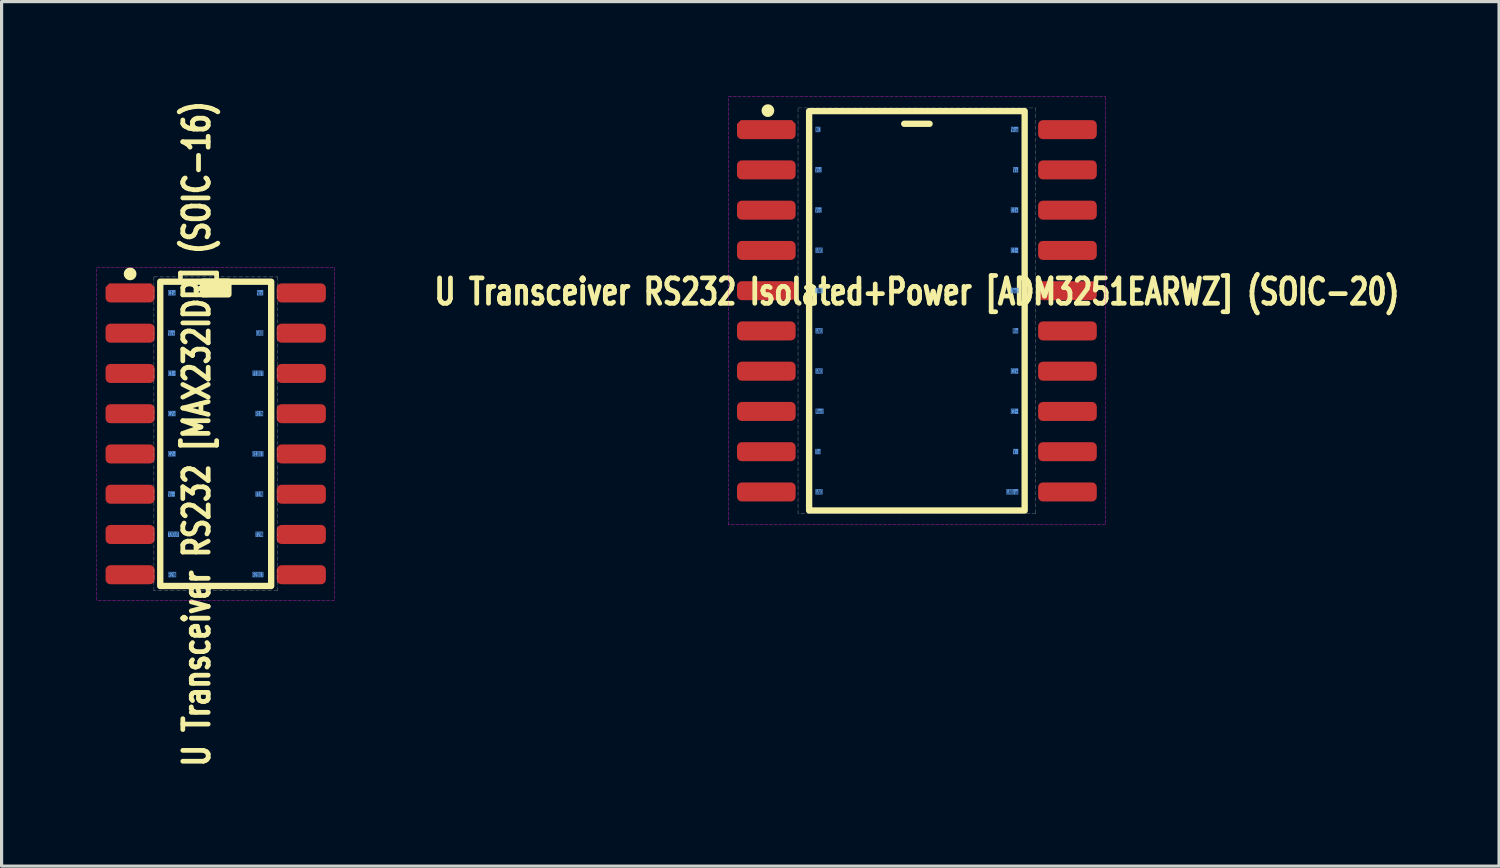
<source format=kicad_pcb>
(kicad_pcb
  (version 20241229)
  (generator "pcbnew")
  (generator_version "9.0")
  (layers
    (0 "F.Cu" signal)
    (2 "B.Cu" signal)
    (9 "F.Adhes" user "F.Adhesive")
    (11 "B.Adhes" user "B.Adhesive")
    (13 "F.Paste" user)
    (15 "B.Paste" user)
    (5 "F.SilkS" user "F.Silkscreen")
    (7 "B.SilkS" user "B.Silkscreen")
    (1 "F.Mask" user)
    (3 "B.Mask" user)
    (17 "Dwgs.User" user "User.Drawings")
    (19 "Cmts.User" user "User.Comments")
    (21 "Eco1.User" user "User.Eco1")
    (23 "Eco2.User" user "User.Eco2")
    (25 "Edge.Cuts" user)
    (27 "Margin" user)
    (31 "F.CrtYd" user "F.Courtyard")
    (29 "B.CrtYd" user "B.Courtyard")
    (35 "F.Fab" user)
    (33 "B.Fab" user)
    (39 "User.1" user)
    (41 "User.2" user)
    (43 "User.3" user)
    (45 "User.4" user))
  (footprint "U Transceiver RS232 Isolated+Power [ADM3251EARWZ] (SOIC-20)"
    (layer "F.Cu")
    (at 25.875 6.755)
    (property "Reference" "U Transceiver RS232 Isolated+Power [ADM3251EARWZ] (SOIC-20)" (at 0 -0.6 0) (layer "F.SilkS") (effects (font (size 0.8 0.6) (thickness 0.15))))
    (attr smd)
    (fp_line (start -0.4 -5.9) (end 0.4 -5.9) (stroke (width 0.2) (type default)) (layer "F.SilkS"))
    (fp_rect (start -3.4 -6.3) (end 3.4 6.3) (stroke (width 0.2) (type default)) (fill no) (layer "F.SilkS"))
    (fp_circle (center -4.7 -6.315) (end -4.55 -6.315) (stroke (width 0.1) (type solid)) (fill yes) (layer "F.SilkS"))
    (fp_rect (start -5.95 -6.75) (end 5.95 6.75) (stroke (width 0.01) (type dash)) (fill no) (layer "F.CrtYd"))
    (fp_rect (start -3.75 -6.4) (end 3.75 6.4) (stroke (width 0.01) (type dash_dot)) (fill no) (layer "F.Fab"))
    (fp_text user "Tout" (at 3.2 -0.635 0) (layer "Cmts.User" knockout) (effects (font (size 0.13 0.07) (thickness 0.01) (bold yes)) (justify right)))
    (fp_text user "NC" (at -3.2 -5.715 0) (layer "Cmts.User" knockout) (effects (font (size 0.13 0.07) (thickness 0.01) (bold yes)) (justify left)))
    (fp_text user "Vcc" (at -3.2 -3.175 0) (layer "Cmts.User" knockout) (effects (font (size 0.13 0.07) (thickness 0.01)) (justify left)))
    (fp_text user "GND" (at -3.2 5.715 0) (layer "Cmts.User" knockout) (effects (font (size 0.13 0.07) (thickness 0.01)) (justify left)))
    (fp_text user "GND" (at -3.2 -1.905 0) (layer "Cmts.User" knockout) (effects (font (size 0.13 0.07) (thickness 0.01) (bold yes)) (justify left)))
    (fp_text user "Viso" (at 3.2 -5.715 0) (layer "Cmts.User" knockout) (effects (font (size 0.13 0.07) (thickness 0.01) (bold yes)) (justify right)))
    (fp_text user "GNDiso" (at 3.2 5.715 0) (layer "Cmts.User" knockout) (effects (font (size 0.13 0.07) (thickness 0.01)) (justify right)))
    (fp_text user "C2+" (at 3.2 1.905 0) (layer "Cmts.User" knockout) (effects (font (size 0.13 0.07) (thickness 0.01)) (justify right)))
    (fp_text user "V+" (at 3.2 -4.445 0) (layer "Cmts.User" knockout) (effects (font (size 0.13 0.07) (thickness 0.01)) (justify right)))
    (fp_text user "Rin" (at 3.2 0.635 0) (layer "Cmts.User" knockout) (effects (font (size 0.13 0.07) (thickness 0.01) (bold yes)) (justify right)))
    (fp_text user "Tin" (at -3.2 4.445 0) (layer "Cmts.User" knockout) (effects (font (size 0.13 0.07) (thickness 0.01)) (justify left)))
    (fp_text user "V-" (at 3.2 4.445 0) (layer "Cmts.User" knockout) (effects (font (size 0.13 0.07) (thickness 0.01)) (justify right)))
    (fp_text user "GND" (at -3.2 -0.635 0) (layer "Cmts.User" knockout) (effects (font (size 0.13 0.07) (thickness 0.01)) (justify left)))
    (fp_text user "Vcc" (at -3.2 -4.445 0) (layer "Cmts.User" knockout) (effects (font (size 0.13 0.07) (thickness 0.01)) (justify left)))
    (fp_text user "C1-" (at 3.2 -1.905 0) (layer "Cmts.User" knockout) (effects (font (size 0.13 0.07) (thickness 0.01) (bold yes)) (justify right)))
    (fp_text user "GND" (at -3.2 1.905 0) (layer "Cmts.User" knockout) (effects (font (size 0.13 0.07) (thickness 0.01)) (justify left)))
    (fp_text user "C1+" (at 3.2 -3.175 0) (layer "Cmts.User" knockout) (effects (font (size 0.13 0.07) (thickness 0.01)) (justify right)))
    (fp_text user "C2-" (at 3.2 3.175 0) (layer "Cmts.User" knockout) (effects (font (size 0.13 0.07) (thickness 0.01)) (justify right)))
    (fp_text user "GND" (at -3.2 0.635 0) (layer "Cmts.User" knockout) (effects (font (size 0.13 0.07) (thickness 0.01)) (justify left)))
    (fp_text user "Rout" (at -3.2 3.175 0) (layer "Cmts.User" knockout) (effects (font (size 0.13 0.07) (thickness 0.01)) (justify left)))
    (pad "1" smd roundrect (at -4.75 -5.715) (size 1.85 0.6) (layers "F.Cu" "F.Mask" "F.Paste") (roundrect_rratio 0.25) (chamfer_ratio 0.2) (chamfer top_left top_right))
    (pad "2" smd roundrect (at -4.75 -4.445) (size 1.85 0.6) (layers "F.Cu" "F.Mask" "F.Paste") (roundrect_rratio 0.25))
    (pad "3" smd roundrect (at -4.75 -3.175) (size 1.85 0.6) (layers "F.Cu" "F.Mask" "F.Paste") (roundrect_rratio 0.25))
    (pad "4" smd roundrect (at -4.75 -1.905) (size 1.85 0.6) (layers "F.Cu" "F.Mask" "F.Paste") (roundrect_rratio 0.25))
    (pad "5" smd roundrect (at -4.75 -0.635) (size 1.85 0.6) (layers "F.Cu" "F.Mask" "F.Paste") (roundrect_rratio 0.25))
    (pad "6" smd roundrect (at -4.75 0.635) (size 1.85 0.6) (layers "F.Cu" "F.Mask" "F.Paste") (roundrect_rratio 0.25))
    (pad "7" smd roundrect (at -4.75 1.905) (size 1.85 0.6) (layers "F.Cu" "F.Mask" "F.Paste") (roundrect_rratio 0.25))
    (pad "8" smd roundrect (at -4.75 3.175) (size 1.85 0.6) (layers "F.Cu" "F.Mask" "F.Paste") (roundrect_rratio 0.25))
    (pad "9" smd roundrect (at -4.75 4.445) (size 1.85 0.6) (layers "F.Cu" "F.Mask" "F.Paste") (roundrect_rratio 0.25))
    (pad "10" smd roundrect (at -4.75 5.715) (size 1.85 0.6) (layers "F.Cu" "F.Mask" "F.Paste") (roundrect_rratio 0.25))
    (pad "11" smd roundrect (at 4.75 5.715) (size 1.85 0.6) (layers "F.Cu" "F.Mask" "F.Paste") (roundrect_rratio 0.25))
    (pad "12" smd roundrect (at 4.75 4.445) (size 1.85 0.6) (layers "F.Cu" "F.Mask" "F.Paste") (roundrect_rratio 0.25))
    (pad "13" smd roundrect (at 4.75 3.175) (size 1.85 0.6) (layers "F.Cu" "F.Mask" "F.Paste") (roundrect_rratio 0.25))
    (pad "14" smd roundrect (at 4.75 1.905) (size 1.85 0.6) (layers "F.Cu" "F.Mask" "F.Paste") (roundrect_rratio 0.25))
    (pad "15" smd roundrect (at 4.75 0.635) (size 1.85 0.6) (layers "F.Cu" "F.Mask" "F.Paste") (roundrect_rratio 0.25))
    (pad "16" smd roundrect (at 4.75 -0.635) (size 1.85 0.6) (layers "F.Cu" "F.Mask" "F.Paste") (roundrect_rratio 0.25))
    (pad "17" smd roundrect (at 4.75 -1.905) (size 1.85 0.6) (layers "F.Cu" "F.Mask" "F.Paste") (roundrect_rratio 0.25))
    (pad "18" smd roundrect (at 4.75 -3.175) (size 1.85 0.6) (layers "F.Cu" "F.Mask" "F.Paste") (roundrect_rratio 0.25))
    (pad "19" smd roundrect (at 4.75 -4.445) (size 1.85 0.6) (layers "F.Cu" "F.Mask" "F.Paste") (roundrect_rratio 0.25))
    (pad "20" smd roundrect (at 4.75 -5.715) (size 1.85 0.6) (layers "F.Cu" "F.Mask" "F.Paste") (roundrect_rratio 0.25)))
  (footprint "U Transceiver RS232 [MAX232IDR] (SOIC-16)"
    (layer "F.Cu")
    (at 3.755 10.636)
    (property "Reference" "U Transceiver RS232 [MAX232IDR] (SOIC-16)" (at -0.6 0 90) (layer "F.SilkS") (effects (font (size 0.8 0.6) (thickness 0.15))))
    (attr smd)
    (fp_rect (start -1.75 -4.8) (end 1.75 4.8) (stroke (width 0.2) (type default)) (fill no) (layer "F.SilkS"))
    (fp_rect (start -0.4 -4.8) (end 0.4 -4.4) (stroke (width 0.2) (type solid)) (fill yes) (layer "F.SilkS"))
    (fp_circle (center -2.7 -5.045) (end -2.55 -5.045) (stroke (width 0.1) (type solid)) (fill yes) (layer "F.SilkS"))
    (fp_rect (start -3.75 -5.25) (end 3.75 5.25) (stroke (width 0.01) (type dash)) (fill no) (layer "F.CrtYd"))
    (fp_rect (start -1.95 -4.95) (end 1.95 4.95) (stroke (width 0.01) (type dash_dot)) (fill no) (layer "F.Fab"))
    (fp_text user "R2IN" (at -1.5 4.445 0) (layer "Cmts.User" knockout) (effects (font (size 0.13 0.07) (thickness 0.01)) (justify left)))
    (fp_text user "R1OUT" (at 1.5 0.635 0) (layer "Cmts.User" knockout) (effects (font (size 0.13 0.07) (thickness 0.01)) (justify right)))
    (fp_text user "T2OUT" (at -1.5 3.175 0) (layer "Cmts.User" knockout) (effects (font (size 0.13 0.07) (thickness 0.01)) (justify left)))
    (fp_text user "Vs-" (at -1.5 1.905 0) (layer "Cmts.User" knockout) (effects (font (size 0.13 0.07) (thickness 0.01)) (justify left)))
    (fp_text user "GND" (at 1.5 -3.175 0) (layer "Cmts.User" knockout) (effects (font (size 0.13 0.07) (thickness 0.01) (bold yes)) (justify right)))
    (fp_text user "C1+" (at -1.5 -4.445 0) (layer "Cmts.User" knockout) (effects (font (size 0.13 0.07) (thickness 0.01)) (justify left)))
    (fp_text user "C1-" (at -1.5 -1.905 0) (layer "Cmts.User" knockout) (effects (font (size 0.13 0.07) (thickness 0.01)) (justify left)))
    (fp_text user "C2-" (at -1.5 0.635 0) (layer "Cmts.User" knockout) (effects (font (size 0.13 0.07) (thickness 0.01)) (justify left)))
    (fp_text user "T1OUT" (at 1.5 -1.905 0) (layer "Cmts.User" knockout) (effects (font (size 0.13 0.07) (thickness 0.01)) (justify right)))
    (fp_text user "T2IN" (at 1.5 3.175 0) (layer "Cmts.User" knockout) (effects (font (size 0.13 0.07) (thickness 0.01)) (justify right)))
    (fp_text user "Vcc" (at 1.5 -4.445 0) (layer "Cmts.User" knockout) (effects (font (size 0.13 0.07) (thickness 0.01) (bold yes)) (justify right)))
    (fp_text user "R2OUT" (at 1.5 4.445 0) (layer "Cmts.User" knockout) (effects (font (size 0.13 0.07) (thickness 0.01)) (justify right)))
    (fp_text user "Vs+" (at -1.5 -3.175 0) (layer "Cmts.User" knockout) (effects (font (size 0.13 0.07) (thickness 0.01)) (justify left)))
    (fp_text user "R1IN" (at 1.5 -0.635 0) (layer "Cmts.User" knockout) (effects (font (size 0.13 0.07) (thickness 0.01) (bold yes)) (justify right)))
    (fp_text user "T1IN" (at 1.5 1.905 0) (layer "Cmts.User" knockout) (effects (font (size 0.13 0.07) (thickness 0.01)) (justify right)))
    (fp_text user "C2+" (at -1.5 -0.635 0) (layer "Cmts.User" knockout) (effects (font (size 0.13 0.07) (thickness 0.01)) (justify left)))
    (pad "1" smd roundrect (at -2.7 -4.445) (size 1.55 0.6) (layers "F.Cu" "F.Mask" "F.Paste") (roundrect_rratio 0.25) (chamfer_ratio 0.2) (chamfer top_left top_right))
    (pad "2" smd roundrect (at -2.7 -3.175) (size 1.55 0.6) (layers "F.Cu" "F.Mask" "F.Paste") (roundrect_rratio 0.25))
    (pad "3" smd roundrect (at -2.7 -1.905) (size 1.55 0.6) (layers "F.Cu" "F.Mask" "F.Paste") (roundrect_rratio 0.25))
    (pad "4" smd roundrect (at -2.7 -0.635) (size 1.55 0.6) (layers "F.Cu" "F.Mask" "F.Paste") (roundrect_rratio 0.25))
    (pad "5" smd roundrect (at -2.7 0.635) (size 1.55 0.6) (layers "F.Cu" "F.Mask" "F.Paste") (roundrect_rratio 0.25))
    (pad "6" smd roundrect (at -2.7 1.905) (size 1.55 0.6) (layers "F.Cu" "F.Mask" "F.Paste") (roundrect_rratio 0.25))
    (pad "7" smd roundrect (at -2.7 3.175) (size 1.55 0.6) (layers "F.Cu" "F.Mask" "F.Paste") (roundrect_rratio 0.25))
    (pad "8" smd roundrect (at -2.7 4.445) (size 1.55 0.6) (layers "F.Cu" "F.Mask" "F.Paste") (roundrect_rratio 0.25))
    (pad "9" smd roundrect (at 2.7 4.445) (size 1.55 0.6) (layers "F.Cu" "F.Mask" "F.Paste") (roundrect_rratio 0.25))
    (pad "10" smd roundrect (at 2.7 3.175) (size 1.55 0.6) (layers "F.Cu" "F.Mask" "F.Paste") (roundrect_rratio 0.25))
    (pad "11" smd roundrect (at 2.7 1.905) (size 1.55 0.6) (layers "F.Cu" "F.Mask" "F.Paste") (roundrect_rratio 0.25))
    (pad "12" smd roundrect (at 2.7 0.635) (size 1.55 0.6) (layers "F.Cu" "F.Mask" "F.Paste") (roundrect_rratio 0.25))
    (pad "13" smd roundrect (at 2.7 -0.635) (size 1.55 0.6) (layers "F.Cu" "F.Mask" "F.Paste") (roundrect_rratio 0.25))
    (pad "14" smd roundrect (at 2.7 -1.905) (size 1.55 0.6) (layers "F.Cu" "F.Mask" "F.Paste") (roundrect_rratio 0.25))
    (pad "15" smd roundrect (at 2.7 -3.175) (size 1.55 0.6) (layers "F.Cu" "F.Mask" "F.Paste") (roundrect_rratio 0.25))
    (pad "16" smd roundrect (at 2.7 -4.445) (size 1.55 0.6) (layers "F.Cu" "F.Mask" "F.Paste") (roundrect_rratio 0.25)))
  (gr_rect
    (start -3 -3)
    (end 44.24 24.273)
    (stroke (width 0.1) (type default))
    (fill no)
    (layer "Edge.Cuts")))
</source>
